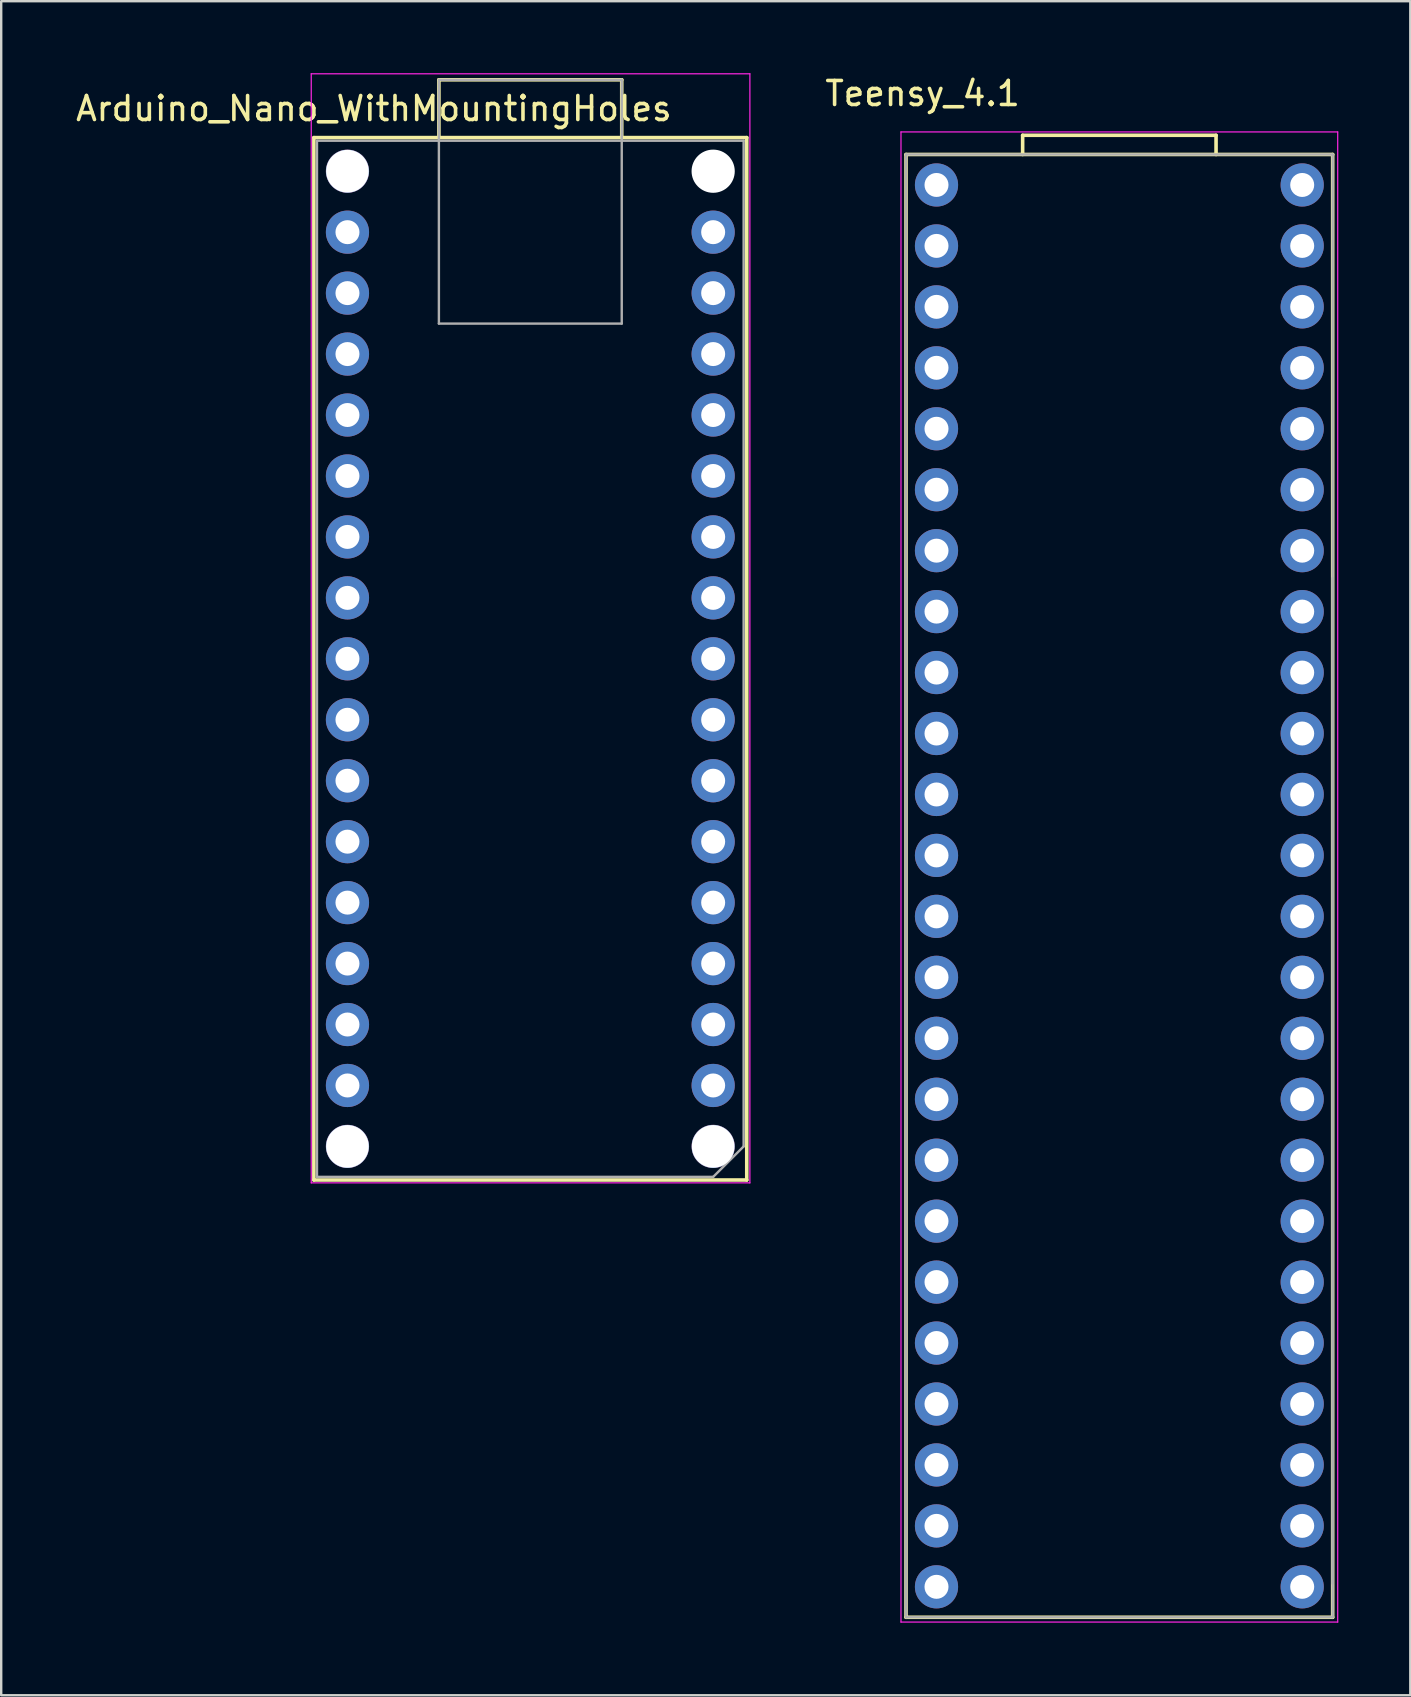
<source format=kicad_pcb>
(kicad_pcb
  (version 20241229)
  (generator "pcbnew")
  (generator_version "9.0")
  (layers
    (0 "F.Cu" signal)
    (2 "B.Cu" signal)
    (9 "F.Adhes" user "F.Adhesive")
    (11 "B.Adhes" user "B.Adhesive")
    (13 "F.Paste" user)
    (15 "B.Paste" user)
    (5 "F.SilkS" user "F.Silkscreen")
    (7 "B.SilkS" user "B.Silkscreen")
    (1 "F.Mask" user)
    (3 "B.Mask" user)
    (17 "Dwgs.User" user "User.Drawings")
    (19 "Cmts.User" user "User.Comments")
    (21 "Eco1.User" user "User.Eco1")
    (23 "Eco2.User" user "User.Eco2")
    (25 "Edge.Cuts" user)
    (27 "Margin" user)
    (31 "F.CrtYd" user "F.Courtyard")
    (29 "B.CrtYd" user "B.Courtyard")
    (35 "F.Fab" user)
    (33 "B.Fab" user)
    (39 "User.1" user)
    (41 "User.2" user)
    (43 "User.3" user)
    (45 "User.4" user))
  (footprint "Teensy_4.1"
    (layer "F.Cu")
    (at 43.597 64.348)
    (property "Reference" "Teensy_4.1" (at -8.2 -63.5 0) (layer "F.SilkS") (effects (font (size 1 1) (thickness 0.15))))
    (attr through_hole)
    (fp_line (start -8.89 -60.96) (end 8.89 -60.96) (stroke (width 0.15) (type solid)) (layer "F.SilkS"))
    (fp_line (start -8.89 0) (end -8.89 -60.96) (stroke (width 0.15) (type solid)) (layer "F.SilkS"))
    (fp_line (start -8.89 0) (end 8.89 0) (stroke (width 0.15) (type solid)) (layer "F.SilkS"))
    (fp_line (start -4.03 -61.76) (end 4.03 -61.76) (stroke (width 0.15) (type solid)) (layer "F.SilkS"))
    (fp_line (start -4.03 -60.96) (end -4.03 -61.76) (stroke (width 0.15) (type solid)) (layer "F.SilkS"))
    (fp_line (start 4.03 -61.76) (end 4.03 -60.96) (stroke (width 0.15) (type solid)) (layer "F.SilkS"))
    (fp_line (start 8.89 0) (end 8.89 -60.96) (stroke (width 0.15) (type solid)) (layer "F.SilkS"))
    (fp_line (start -9.1 -61.9) (end -9.1 0.2) (stroke (width 0.05) (type solid)) (layer "F.CrtYd"))
    (fp_line (start 9.1 -61.9) (end -9.1 -61.9) (stroke (width 0.05) (type solid)) (layer "F.CrtYd"))
    (fp_line (start 9.1 0.2) (end -9.1 0.2) (stroke (width 0.05) (type solid)) (layer "F.CrtYd"))
    (fp_line (start 9.1 0.2) (end 9.1 -61.9) (stroke (width 0.05) (type solid)) (layer "F.CrtYd"))
    (fp_line (start -8.89 -60.96) (end -8.89 0) (stroke (width 0.1) (type solid)) (layer "F.Fab"))
    (fp_line (start -8.89 -60.96) (end 8.89 -60.96) (stroke (width 0.1) (type solid)) (layer "F.Fab"))
    (fp_line (start -8.89 -0.13) (end -8.89 -43.31) (stroke (width 0.1) (type solid)) (layer "F.Fab"))
    (fp_line (start -8.89 0) (end 8.89 0) (stroke (width 0.1) (type solid)) (layer "F.Fab"))
    (fp_line (start 8.89 -60.96) (end 8.89 0) (stroke (width 0.1) (type solid)) (layer "F.Fab"))
    (fp_line (start 8.89 -43.31) (end 8.89 -1.4) (stroke (width 0.1) (type solid)) (layer "F.Fab"))
    (pad "0" thru_hole oval (at -7.62 -57.15 180) (size 1.8 1.8) (drill 1) (layers "*.Cu" "*.Mask"))
    (pad "1" thru_hole oval (at -7.62 -54.61 180) (size 1.8 1.8) (drill 1) (layers "*.Cu" "*.Mask"))
    (pad "2" thru_hole oval (at -7.62 -52.07 180) (size 1.8 1.8) (drill 1) (layers "*.Cu" "*.Mask"))
    (pad "3" thru_hole oval (at -7.62 -49.53 180) (size 1.8 1.8) (drill 1) (layers "*.Cu" "*.Mask"))
    (pad "3V3" thru_hole oval (at -7.62 -24.13 180) (size 1.8 1.8) (drill 1) (layers "*.Cu" "*.Mask"))
    (pad "3V3" thru_hole oval (at 7.62 -54.61 180) (size 1.8 1.8) (drill 1) (layers "*.Cu" "*.Mask"))
    (pad "4" thru_hole oval (at -7.62 -46.99 180) (size 1.8 1.8) (drill 1) (layers "*.Cu" "*.Mask"))
    (pad "5" thru_hole oval (at -7.62 -44.45 180) (size 1.8 1.8) (drill 1) (layers "*.Cu" "*.Mask"))
    (pad "5V" thru_hole oval (at 7.62 -59.69 180) (size 1.8 1.8) (drill 1) (layers "*.Cu" "*.Mask"))
    (pad "6" thru_hole oval (at -7.62 -41.91 180) (size 1.8 1.8) (drill 1) (layers "*.Cu" "*.Mask"))
    (pad "7" thru_hole circle (at -7.62 -39.37 180) (size 1.8 1.8) (drill 1) (layers "*.Cu" "*.Mask"))
    (pad "8" thru_hole oval (at -7.62 -36.83 180) (size 1.8 1.8) (drill 1) (layers "*.Cu" "*.Mask"))
    (pad "9" thru_hole oval (at -7.62 -34.29 180) (size 1.8 1.8) (drill 1) (layers "*.Cu" "*.Mask"))
    (pad "10" thru_hole oval (at -7.62 -31.75 180) (size 1.8 1.8) (drill 1) (layers "*.Cu" "*.Mask"))
    (pad "11" thru_hole oval (at -7.62 -29.21 180) (size 1.8 1.8) (drill 1) (layers "*.Cu" "*.Mask"))
    (pad "12" thru_hole oval (at -7.62 -26.67 180) (size 1.8 1.8) (drill 1) (layers "*.Cu" "*.Mask"))
    (pad "13" thru_hole oval (at 7.62 -26.67 180) (size 1.8 1.8) (drill 1) (layers "*.Cu" "*.Mask"))
    (pad "14" thru_hole oval (at 7.62 -29.21 180) (size 1.8 1.8) (drill 1) (layers "*.Cu" "*.Mask"))
    (pad "15" thru_hole oval (at 7.62 -31.75 180) (size 1.8 1.8) (drill 1) (layers "*.Cu" "*.Mask"))
    (pad "16" thru_hole oval (at 7.62 -34.29 180) (size 1.8 1.8) (drill 1) (layers "*.Cu" "*.Mask"))
    (pad "17" thru_hole oval (at 7.62 -36.83 180) (size 1.8 1.8) (drill 1) (layers "*.Cu" "*.Mask"))
    (pad "18" thru_hole circle (at 7.62 -39.37 180) (size 1.8 1.8) (drill 1) (layers "*.Cu" "*.Mask"))
    (pad "19" thru_hole oval (at 7.62 -41.91 180) (size 1.8 1.8) (drill 1) (layers "*.Cu" "*.Mask"))
    (pad "20" thru_hole oval (at 7.62 -44.45 180) (size 1.8 1.8) (drill 1) (layers "*.Cu" "*.Mask"))
    (pad "21" thru_hole oval (at 7.62 -46.99 180) (size 1.8 1.8) (drill 1) (layers "*.Cu" "*.Mask"))
    (pad "22" thru_hole oval (at 7.62 -49.53 180) (size 1.8 1.8) (drill 1) (layers "*.Cu" "*.Mask"))
    (pad "23" thru_hole oval (at 7.62 -52.07 180) (size 1.8 1.8) (drill 1) (layers "*.Cu" "*.Mask"))
    (pad "24" thru_hole oval (at -7.62 -21.59 180) (size 1.8 1.8) (drill 1) (layers "*.Cu" "*.Mask"))
    (pad "25" thru_hole oval (at -7.62 -19.05 180) (size 1.8 1.8) (drill 1) (layers "*.Cu" "*.Mask"))
    (pad "26" thru_hole oval (at -7.62 -16.51 180) (size 1.8 1.8) (drill 1) (layers "*.Cu" "*.Mask"))
    (pad "27" thru_hole oval (at -7.62 -13.97 180) (size 1.8 1.8) (drill 1) (layers "*.Cu" "*.Mask"))
    (pad "28" thru_hole oval (at -7.62 -11.43 180) (size 1.8 1.8) (drill 1) (layers "*.Cu" "*.Mask"))
    (pad "29" thru_hole oval (at -7.62 -8.89 180) (size 1.8 1.8) (drill 1) (layers "*.Cu" "*.Mask"))
    (pad "30" thru_hole oval (at -7.62 -6.35 180) (size 1.8 1.8) (drill 1) (layers "*.Cu" "*.Mask"))
    (pad "31" thru_hole oval (at -7.62 -3.81 180) (size 1.8 1.8) (drill 1) (layers "*.Cu" "*.Mask"))
    (pad "32" thru_hole oval (at -7.62 -1.27 180) (size 1.8 1.8) (drill 1) (layers "*.Cu" "*.Mask"))
    (pad "33" thru_hole circle (at 7.62 -1.27 180) (size 1.8 1.8) (drill 1) (layers "*.Cu" "*.Mask"))
    (pad "34" thru_hole oval (at 7.62 -3.81 180) (size 1.8 1.8) (drill 1) (layers "*.Cu" "*.Mask"))
    (pad "35" thru_hole oval (at 7.62 -6.35 180) (size 1.8 1.8) (drill 1) (layers "*.Cu" "*.Mask"))
    (pad "36" thru_hole oval (at 7.62 -8.89 180) (size 1.8 1.8) (drill 1) (layers "*.Cu" "*.Mask"))
    (pad "37" thru_hole oval (at 7.62 -11.43 180) (size 1.8 1.8) (drill 1) (layers "*.Cu" "*.Mask"))
    (pad "38" thru_hole oval (at 7.62 -13.97 180) (size 1.8 1.8) (drill 1) (layers "*.Cu" "*.Mask"))
    (pad "39" thru_hole oval (at 7.62 -16.51 180) (size 1.8 1.8) (drill 1) (layers "*.Cu" "*.Mask"))
    (pad "40" thru_hole oval (at 7.62 -19.05 180) (size 1.8 1.8) (drill 1) (layers "*.Cu" "*.Mask"))
    (pad "41" thru_hole oval (at 7.62 -21.59 180) (size 1.8 1.8) (drill 1) (layers "*.Cu" "*.Mask"))
    (pad "G" thru_hole oval (at -7.62 -59.69 180) (size 1.8 1.8) (drill 1) (layers "*.Cu" "*.Mask"))
    (pad "G" thru_hole oval (at 7.62 -57.15 180) (size 1.8 1.8) (drill 1) (layers "*.Cu" "*.Mask"))
    (pad "G" thru_hole oval (at 7.62 -24.13 180) (size 1.8 1.8) (drill 1) (layers "*.Cu" "*.Mask")))
  (footprint "Arduino_Nano_WithMountingHoles"
    (layer "F.Cu")
    (at 10.03 46.125)
    (property "Reference" "Arduino_Nano_WithMountingHoles" (at 2.5 -44.65 0) (layer "F.SilkS") (effects (font (size 1 1) (thickness 0.15))))
    (attr through_hole)
    (fp_line (start 0 -43.44) (end 0 0) (stroke (width 0.15) (type solid)) (layer "F.SilkS"))
    (fp_line (start 0 0) (end 18.04 0) (stroke (width 0.15) (type solid)) (layer "F.SilkS"))
    (fp_line (start 5.21 -45.85) (end 12.83 -45.85) (stroke (width 0.15) (type solid)) (layer "F.SilkS"))
    (fp_line (start 5.21 -43.44) (end 5.21 -45.85) (stroke (width 0.15) (type solid)) (layer "F.SilkS"))
    (fp_line (start 12.83 -45.85) (end 12.83 -43.44) (stroke (width 0.15) (type solid)) (layer "F.SilkS"))
    (fp_line (start 18.04 -43.44) (end 0 -43.44) (stroke (width 0.15) (type solid)) (layer "F.SilkS"))
    (fp_line (start 18.04 0) (end 18.04 -43.44) (stroke (width 0.15) (type solid)) (layer "F.SilkS"))
    (fp_line (start -0.11 -46.1) (end -0.11 0.12) (stroke (width 0.05) (type solid)) (layer "F.CrtYd"))
    (fp_line (start -0.11 -46.1) (end 18.17 -46.1) (stroke (width 0.05) (type solid)) (layer "F.CrtYd"))
    (fp_line (start 18.17 0.12) (end -0.11 0.12) (stroke (width 0.05) (type solid)) (layer "F.CrtYd"))
    (fp_line (start 18.17 0.12) (end 18.17 -46.1) (stroke (width 0.05) (type solid)) (layer "F.CrtYd"))
    (fp_line (start 0.13 -43.31) (end 17.91 -43.31) (stroke (width 0.1) (type solid)) (layer "F.Fab"))
    (fp_line (start 0.13 -0.13) (end 0.13 -43.31) (stroke (width 0.1) (type solid)) (layer "F.Fab"))
    (fp_line (start 5.21 -45.85) (end 12.83 -45.85) (stroke (width 0.1) (type solid)) (layer "F.Fab"))
    (fp_line (start 5.21 -35.69) (end 5.21 -45.85) (stroke (width 0.1) (type solid)) (layer "F.Fab"))
    (fp_line (start 12.83 -45.85) (end 12.83 -35.69) (stroke (width 0.1) (type solid)) (layer "F.Fab"))
    (fp_line (start 12.83 -35.69) (end 5.21 -35.69) (stroke (width 0.1) (type solid)) (layer "F.Fab"))
    (fp_line (start 16.64 -0.13) (end 0.13 -0.13) (stroke (width 0.1) (type solid)) (layer "F.Fab"))
    (fp_line (start 17.91 -43.31) (end 17.91 -1.4) (stroke (width 0.1) (type solid)) (layer "F.Fab"))
    (fp_line (start 17.91 -1.4) (end 16.64 -0.13) (stroke (width 0.1) (type solid)) (layer "F.Fab"))
    (pad "" np_thru_hole circle (at 1.4 -42.04 180) (size 1.8 1.8) (drill 1.78) (layers "*.Cu" "*.Mask"))
    (pad "" np_thru_hole circle (at 1.4 -1.4 180) (size 1.8 1.8) (drill 1.78) (layers "*.Cu" "*.Mask"))
    (pad "" np_thru_hole circle (at 16.64 -42.04 180) (size 1.8 1.8) (drill 1.8) (layers "*.Cu" "*.Mask"))
    (pad "" np_thru_hole circle (at 16.64 -1.4 180) (size 1.8 1.8) (drill 1.78) (layers "*.Cu" "*.Mask"))
    (pad "1" thru_hole circle (at 16.64 -3.94 180) (size 1.8 1.8) (drill 1) (layers "*.Cu" "*.Mask"))
    (pad "2" thru_hole oval (at 16.64 -6.48 180) (size 1.8 1.8) (drill 1) (layers "*.Cu" "*.Mask"))
    (pad "3" thru_hole oval (at 16.64 -9.02 180) (size 1.8 1.8) (drill 1) (layers "*.Cu" "*.Mask"))
    (pad "4" thru_hole oval (at 16.64 -11.56 180) (size 1.8 1.8) (drill 1) (layers "*.Cu" "*.Mask"))
    (pad "5" thru_hole oval (at 16.64 -14.1 180) (size 1.8 1.8) (drill 1) (layers "*.Cu" "*.Mask"))
    (pad "6" thru_hole oval (at 16.64 -16.64 180) (size 1.8 1.8) (drill 1) (layers "*.Cu" "*.Mask"))
    (pad "7" thru_hole oval (at 16.64 -19.18 180) (size 1.8 1.8) (drill 1) (layers "*.Cu" "*.Mask"))
    (pad "8" thru_hole oval (at 16.64 -21.72 180) (size 1.8 1.8) (drill 1) (layers "*.Cu" "*.Mask"))
    (pad "9" thru_hole oval (at 16.64 -24.26 180) (size 1.8 1.8) (drill 1) (layers "*.Cu" "*.Mask"))
    (pad "10" thru_hole oval (at 16.64 -26.8 180) (size 1.8 1.8) (drill 1) (layers "*.Cu" "*.Mask"))
    (pad "11" thru_hole oval (at 16.64 -29.34 180) (size 1.8 1.8) (drill 1) (layers "*.Cu" "*.Mask"))
    (pad "12" thru_hole oval (at 16.64 -31.88 180) (size 1.8 1.8) (drill 1) (layers "*.Cu" "*.Mask"))
    (pad "13" thru_hole oval (at 16.64 -34.42 180) (size 1.8 1.8) (drill 1) (layers "*.Cu" "*.Mask"))
    (pad "14" thru_hole oval (at 16.64 -36.96 180) (size 1.8 1.8) (drill 1) (layers "*.Cu" "*.Mask"))
    (pad "15" thru_hole oval (at 16.64 -39.5 180) (size 1.8 1.8) (drill 1) (layers "*.Cu" "*.Mask"))
    (pad "16" thru_hole oval (at 1.4 -39.5 180) (size 1.8 1.8) (drill 1) (layers "*.Cu" "*.Mask"))
    (pad "17" thru_hole oval (at 1.4 -36.96 180) (size 1.8 1.8) (drill 1) (layers "*.Cu" "*.Mask"))
    (pad "18" thru_hole oval (at 1.4 -34.42 180) (size 1.8 1.8) (drill 1) (layers "*.Cu" "*.Mask"))
    (pad "19" thru_hole oval (at 1.4 -31.88 180) (size 1.8 1.8) (drill 1) (layers "*.Cu" "*.Mask"))
    (pad "20" thru_hole oval (at 1.4 -29.34 180) (size 1.8 1.8) (drill 1) (layers "*.Cu" "*.Mask"))
    (pad "21" thru_hole oval (at 1.4 -26.8 180) (size 1.8 1.8) (drill 1) (layers "*.Cu" "*.Mask"))
    (pad "22" thru_hole oval (at 1.4 -24.26 180) (size 1.8 1.8) (drill 1) (layers "*.Cu" "*.Mask"))
    (pad "23" thru_hole oval (at 1.4 -21.72 180) (size 1.8 1.8) (drill 1) (layers "*.Cu" "*.Mask"))
    (pad "24" thru_hole oval (at 1.4 -19.18 180) (size 1.8 1.8) (drill 1) (layers "*.Cu" "*.Mask"))
    (pad "25" thru_hole oval (at 1.4 -16.64 180) (size 1.8 1.8) (drill 1) (layers "*.Cu" "*.Mask"))
    (pad "26" thru_hole oval (at 1.4 -14.1 180) (size 1.8 1.8) (drill 1) (layers "*.Cu" "*.Mask"))
    (pad "27" thru_hole oval (at 1.4 -11.56 180) (size 1.8 1.8) (drill 1) (layers "*.Cu" "*.Mask"))
    (pad "28" thru_hole oval (at 1.4 -9.02 180) (size 1.8 1.8) (drill 1) (layers "*.Cu" "*.Mask"))
    (pad "29" thru_hole oval (at 1.4 -6.48 180) (size 1.8 1.8) (drill 1) (layers "*.Cu" "*.Mask"))
    (pad "30" thru_hole oval (at 1.4 -3.94 180) (size 1.8 1.8) (drill 1) (layers "*.Cu" "*.Mask")))
  (gr_rect
    (start -3 -3)
    (end 55.722 67.598)
    (stroke (width 0.1) (type default))
    (fill no)
    (layer "Edge.Cuts")))
</source>
